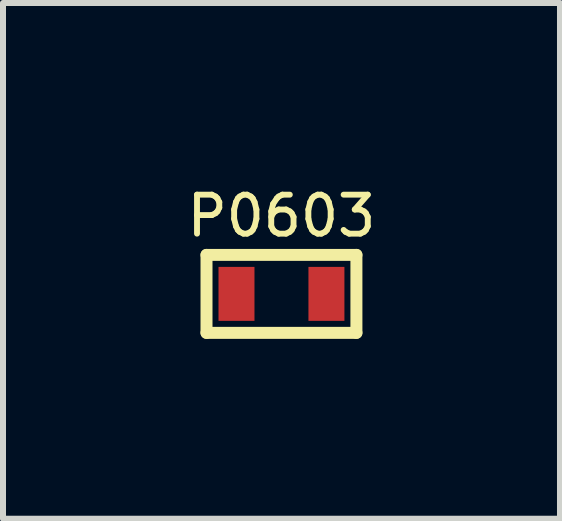
<source format=kicad_pcb>
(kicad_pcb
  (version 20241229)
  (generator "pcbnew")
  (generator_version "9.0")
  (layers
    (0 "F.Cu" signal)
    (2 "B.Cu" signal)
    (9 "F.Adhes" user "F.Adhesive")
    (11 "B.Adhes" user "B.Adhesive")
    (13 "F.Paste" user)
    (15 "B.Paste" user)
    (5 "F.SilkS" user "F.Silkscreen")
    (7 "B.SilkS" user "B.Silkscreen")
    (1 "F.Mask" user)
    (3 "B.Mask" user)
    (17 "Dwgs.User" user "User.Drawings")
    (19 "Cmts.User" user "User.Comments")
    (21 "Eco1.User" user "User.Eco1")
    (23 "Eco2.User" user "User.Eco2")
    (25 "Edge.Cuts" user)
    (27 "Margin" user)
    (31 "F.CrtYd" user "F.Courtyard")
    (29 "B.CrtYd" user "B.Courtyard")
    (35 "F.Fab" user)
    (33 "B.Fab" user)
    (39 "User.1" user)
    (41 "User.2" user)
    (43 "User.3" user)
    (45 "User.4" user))
  (footprint "P0603"
    (layer "F.Cu")
    (at 1.644 1.851)
    (property "Reference" "P0603" (at 0 -1.3 0) (layer "F.SilkS") (effects (font (size 0.65 0.65) (thickness 0.098))))
    (attr smd)
    (fp_line (start -1.25 -0.65) (end 1.25 -0.65) (stroke (width 0.2) (type solid)) (layer "F.SilkS"))
    (fp_line (start -1.25 0.65) (end -1.25 -0.65) (stroke (width 0.2) (type solid)) (layer "F.SilkS"))
    (fp_line (start 1.25 -0.65) (end 1.25 0.65) (stroke (width 0.2) (type solid)) (layer "F.SilkS"))
    (fp_line (start 1.25 0.65) (end -1.25 0.65) (stroke (width 0.2) (type solid)) (layer "F.SilkS"))
    (pad "1" smd rect (at -0.75 0) (size 0.6 0.9) (layers "F.Cu" "F.Mask" "F.Paste"))
    (pad "2" smd rect (at 0.75 0) (size 0.6 0.9) (layers "F.Cu" "F.Mask" "F.Paste")))
  (gr_rect
    (start -3 -3)
    (end 6.289 5.601)
    (stroke (width 0.1) (type default))
    (fill no)
    (layer "Edge.Cuts")))
</source>
